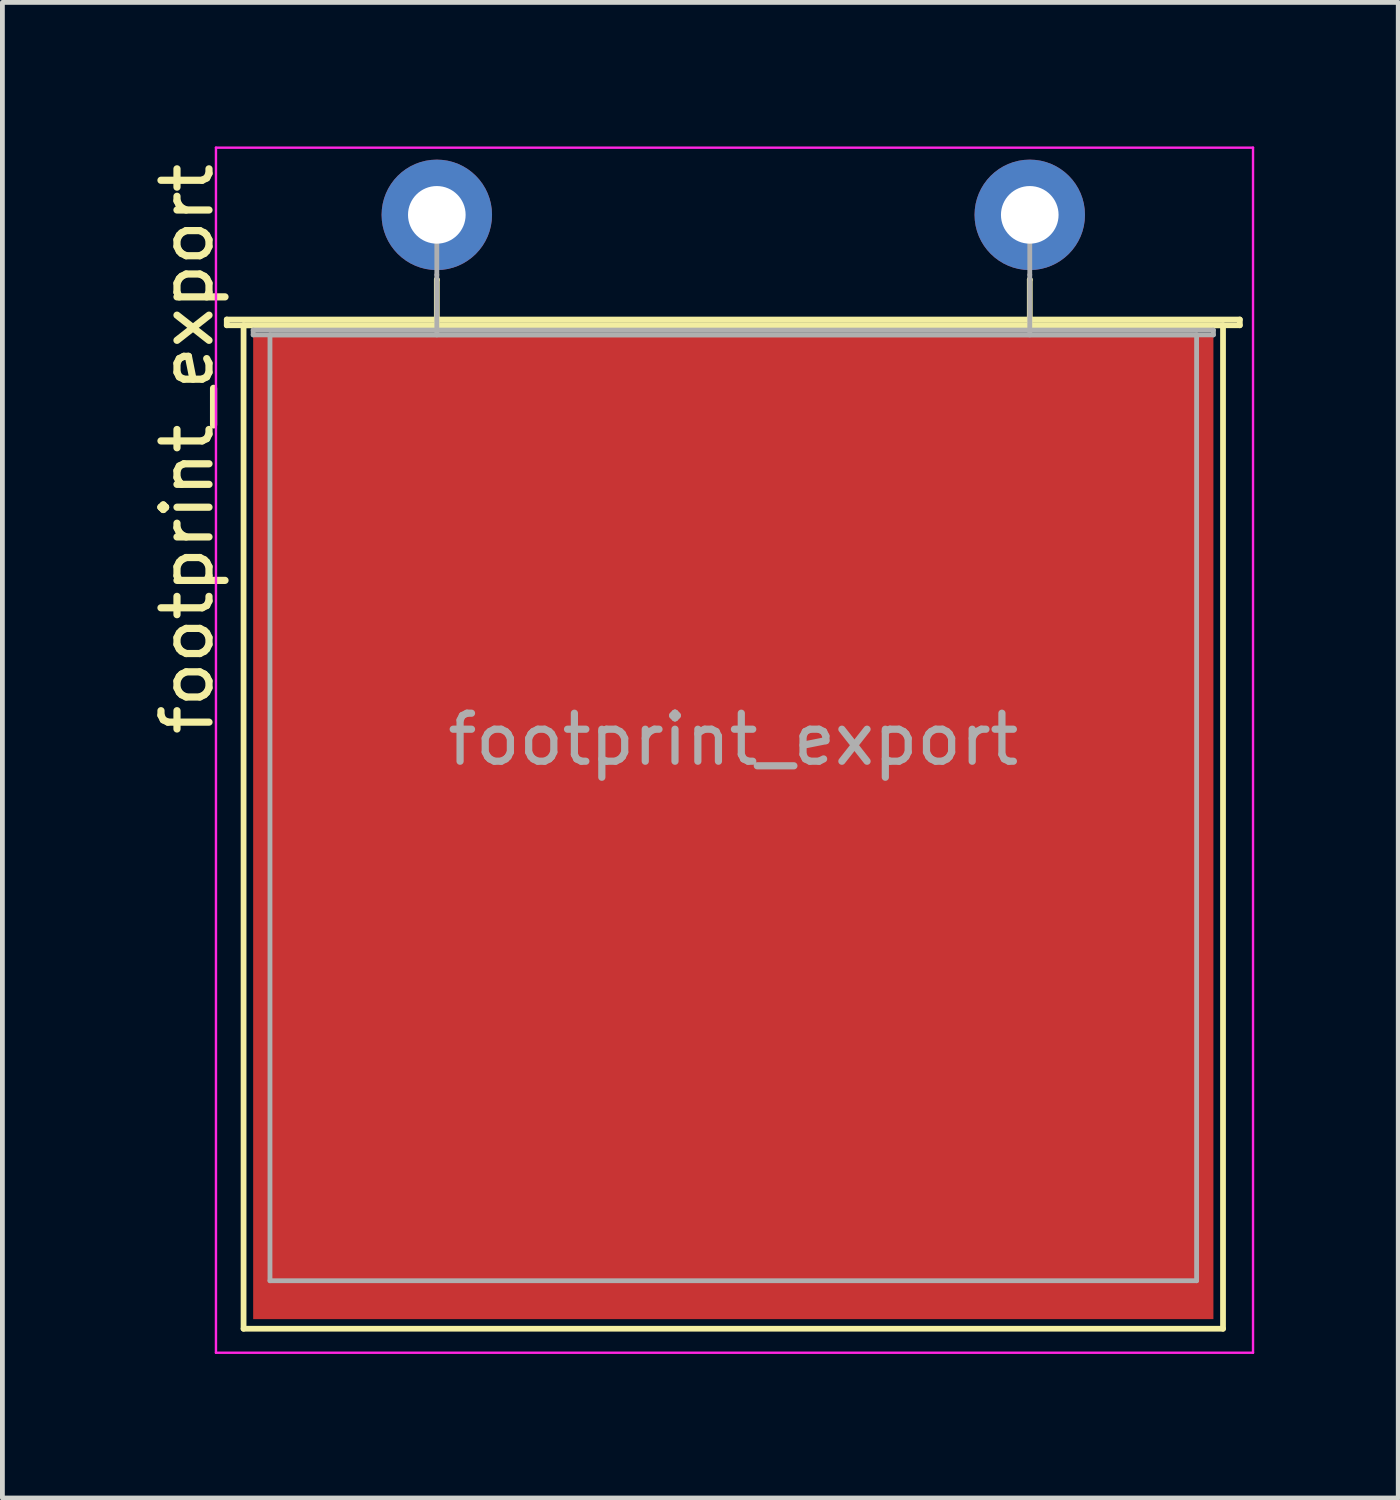
<source format=kicad_pcb>
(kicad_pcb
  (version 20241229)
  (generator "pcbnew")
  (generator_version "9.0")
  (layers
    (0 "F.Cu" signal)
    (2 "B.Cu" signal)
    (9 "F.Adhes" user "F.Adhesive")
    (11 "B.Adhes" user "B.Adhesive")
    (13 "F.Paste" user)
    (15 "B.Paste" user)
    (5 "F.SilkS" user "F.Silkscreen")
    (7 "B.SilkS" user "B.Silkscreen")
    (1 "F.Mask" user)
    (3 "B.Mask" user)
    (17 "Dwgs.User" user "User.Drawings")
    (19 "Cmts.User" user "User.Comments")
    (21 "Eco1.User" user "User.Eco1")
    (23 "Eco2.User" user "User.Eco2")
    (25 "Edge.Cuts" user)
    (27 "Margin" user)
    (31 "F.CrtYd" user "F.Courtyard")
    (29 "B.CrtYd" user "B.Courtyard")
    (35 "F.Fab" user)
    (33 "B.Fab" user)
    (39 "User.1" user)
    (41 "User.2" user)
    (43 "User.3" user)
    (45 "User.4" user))
  (footprint "footprint_export"
    (layer "F.Cu")
    (at 6.048 1.425)
    (property "Reference" "footprint_export" (at -5.2 4.875 90) (layer "F.SilkS") (effects (font (size 1 1) (thickness 0.15))))
    (attr through_hole)
    (fp_line (start -4.375 2.18) (end 16.725 2.18) (stroke (width 0.12) (type solid)) (layer "F.SilkS"))
    (fp_line (start -4.375 2.3) (end -4.375 2.18) (stroke (width 0.12) (type solid)) (layer "F.SilkS"))
    (fp_line (start -4.025 2.3) (end -4.025 23.2) (stroke (width 0.12) (type solid)) (layer "F.SilkS"))
    (fp_line (start -4.025 23.2) (end 16.375 23.2) (stroke (width 0.12) (type solid)) (layer "F.SilkS"))
    (fp_line (start 0 1.35) (end 0 1.35) (stroke (width 0.12) (type solid)) (layer "F.SilkS"))
    (fp_line (start 0 2.3) (end 0 1.35) (stroke (width 0.12) (type solid)) (layer "F.SilkS"))
    (fp_line (start 12.35 1.35) (end 12.35 1.35) (stroke (width 0.12) (type solid)) (layer "F.SilkS"))
    (fp_line (start 12.35 2.3) (end 12.35 1.35) (stroke (width 0.12) (type solid)) (layer "F.SilkS"))
    (fp_line (start 16.375 2.3) (end -4.025 2.3) (stroke (width 0.12) (type solid)) (layer "F.SilkS"))
    (fp_line (start 16.375 23.2) (end 16.375 2.3) (stroke (width 0.12) (type solid)) (layer "F.SilkS"))
    (fp_line (start 16.725 2.18) (end 16.725 2.3) (stroke (width 0.12) (type solid)) (layer "F.SilkS"))
    (fp_line (start 16.725 2.3) (end -4.375 2.3) (stroke (width 0.12) (type solid)) (layer "F.SilkS"))
    (fp_line (start -4.6 -1.4) (end -4.6 23.7) (stroke (width 0.05) (type solid)) (layer "F.CrtYd"))
    (fp_line (start -4.6 23.7) (end 17 23.7) (stroke (width 0.05) (type solid)) (layer "F.CrtYd"))
    (fp_line (start 17 -1.4) (end -4.6 -1.4) (stroke (width 0.05) (type solid)) (layer "F.CrtYd"))
    (fp_line (start 17 23.7) (end 17 -1.4) (stroke (width 0.05) (type solid)) (layer "F.CrtYd"))
    (fp_line (start -3.825 2.4) (end 16.175 2.4) (stroke (width 0.1) (type solid)) (layer "F.Fab"))
    (fp_line (start -3.825 2.5) (end -3.825 2.4) (stroke (width 0.1) (type solid)) (layer "F.Fab"))
    (fp_line (start -3.475 2.5) (end -3.475 22.2) (stroke (width 0.1) (type solid)) (layer "F.Fab"))
    (fp_line (start -3.475 22.2) (end 15.825 22.2) (stroke (width 0.1) (type solid)) (layer "F.Fab"))
    (fp_line (start 0 1.25) (end 0 0) (stroke (width 0.1) (type solid)) (layer "F.Fab"))
    (fp_line (start 0 2.5) (end 0 1.25) (stroke (width 0.1) (type solid)) (layer "F.Fab"))
    (fp_line (start 12.35 1.25) (end 12.35 0) (stroke (width 0.1) (type solid)) (layer "F.Fab"))
    (fp_line (start 12.35 2.5) (end 12.35 1.25) (stroke (width 0.1) (type solid)) (layer "F.Fab"))
    (fp_line (start 15.825 2.5) (end -3.475 2.5) (stroke (width 0.1) (type solid)) (layer "F.Fab"))
    (fp_line (start 15.825 22.2) (end 15.825 2.5) (stroke (width 0.1) (type solid)) (layer "F.Fab"))
    (fp_line (start 16.175 2.4) (end 16.175 2.5) (stroke (width 0.1) (type solid)) (layer "F.Fab"))
    (fp_line (start 16.175 2.5) (end -3.825 2.5) (stroke (width 0.1) (type solid)) (layer "F.Fab"))
    (fp_text user "${REFERENCE}" (at 6.175 10.925 0) (layer "F.Fab") (effects (font (size 1 1) (thickness 0.15))))
    (pad "1" thru_hole circle (at 0 0) (size 2.3 2.3) (drill 1.2) (layers "*.Cu" "*.Mask"))
    (pad "2" thru_hole circle (at 12.35 0) (size 2.3 2.3) (drill 1.2) (layers "*.Cu" "*.Mask"))
    (pad "3" smd rect (at 6.175 12.75) (size 20 20.5) (layers "F.Cu" "F.Mask" "F.Paste")))
  (gr_rect
    (start -3 -3)
    (end 26.073 28.15)
    (stroke (width 0.1) (type default))
    (fill no)
    (layer "Edge.Cuts")))
</source>
